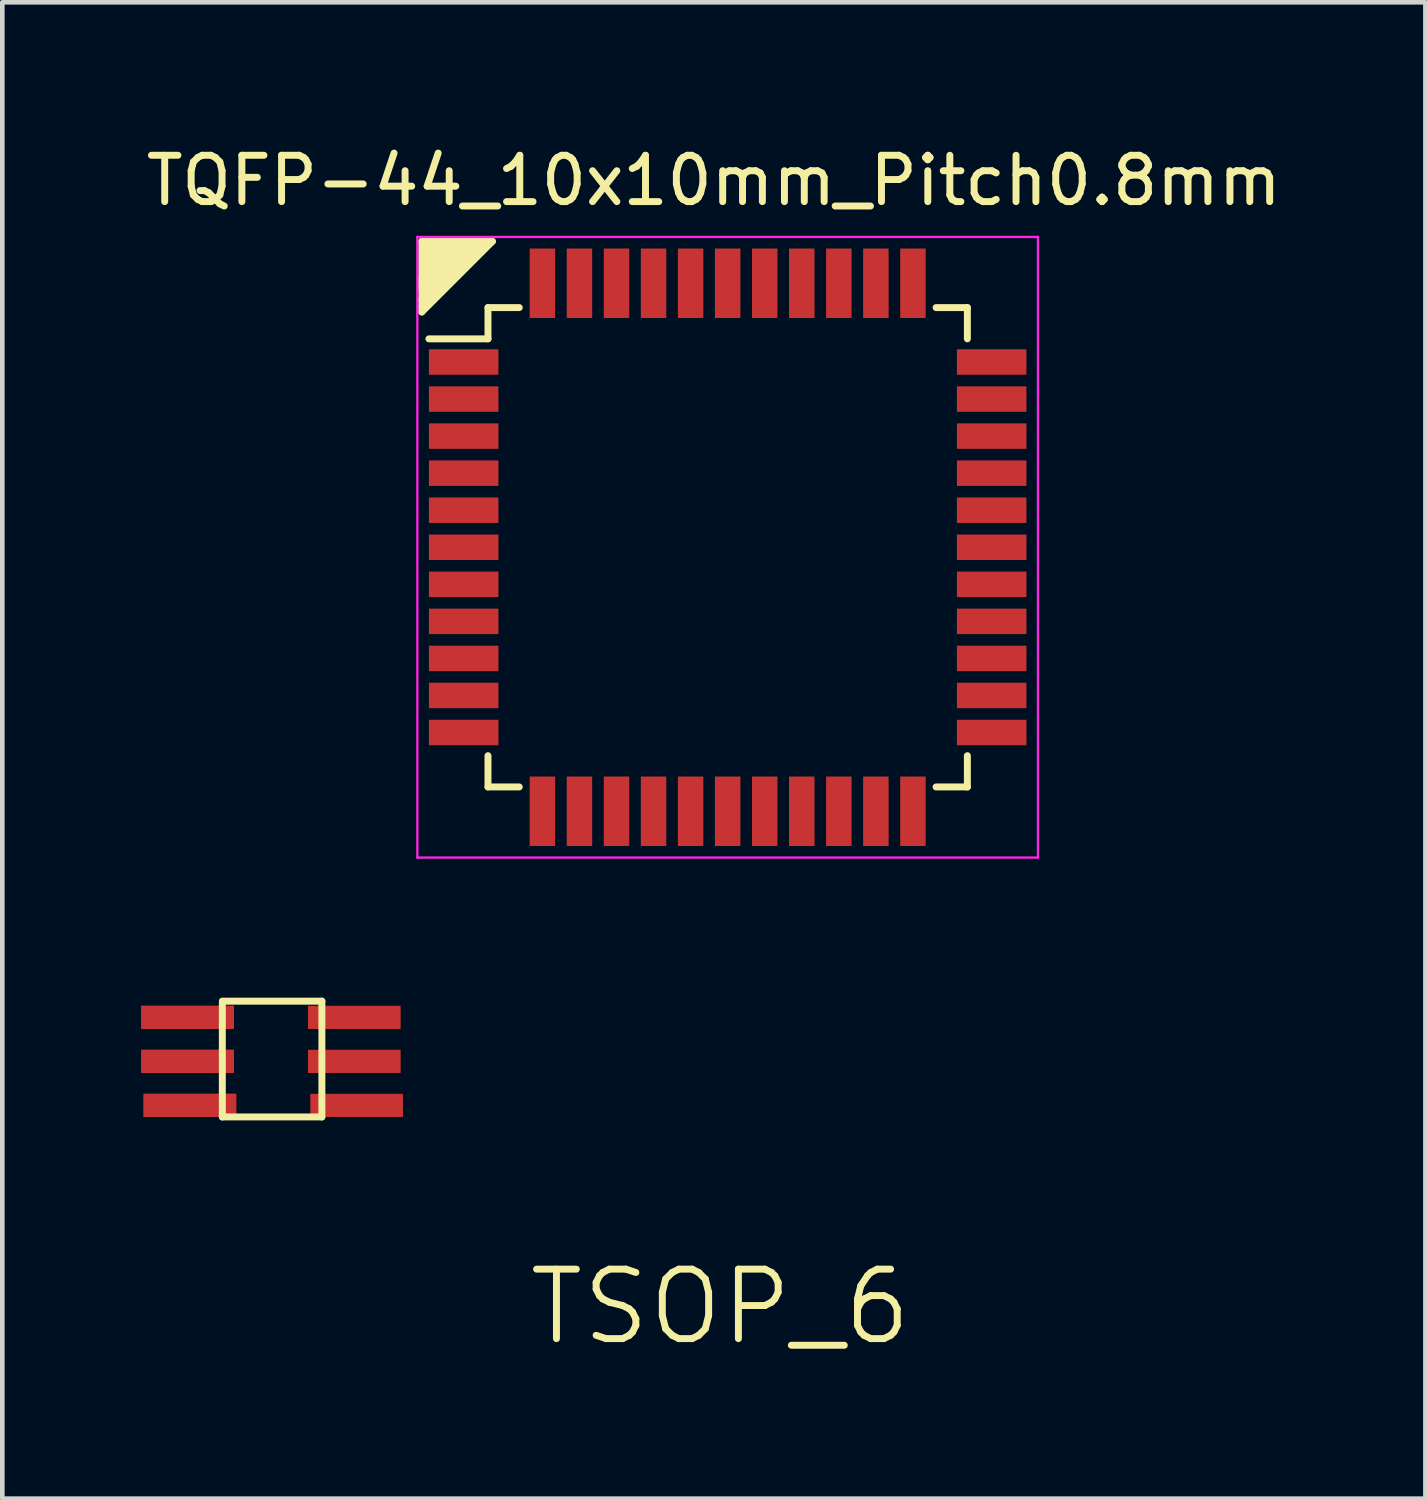
<source format=kicad_pcb>
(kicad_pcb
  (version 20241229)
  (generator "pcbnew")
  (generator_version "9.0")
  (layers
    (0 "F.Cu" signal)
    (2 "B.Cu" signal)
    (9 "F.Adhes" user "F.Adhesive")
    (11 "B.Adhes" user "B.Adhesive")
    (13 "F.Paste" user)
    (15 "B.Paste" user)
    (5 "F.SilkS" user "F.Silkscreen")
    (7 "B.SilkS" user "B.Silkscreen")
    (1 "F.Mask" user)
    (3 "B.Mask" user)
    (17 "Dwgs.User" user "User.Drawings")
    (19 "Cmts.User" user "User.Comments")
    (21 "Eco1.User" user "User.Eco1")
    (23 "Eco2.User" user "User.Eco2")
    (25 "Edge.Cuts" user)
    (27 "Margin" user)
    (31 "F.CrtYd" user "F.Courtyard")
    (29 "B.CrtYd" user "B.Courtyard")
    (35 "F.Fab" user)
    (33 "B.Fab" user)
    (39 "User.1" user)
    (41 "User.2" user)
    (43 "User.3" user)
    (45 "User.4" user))
  (footprint "TQFP-44_10x10mm_Pitch0.8mm"
    (layer "F.Cu")
    (at 12.661 8.766)
    (property "Reference" "TQFP-44_10x10mm_Pitch0.8mm" (at -0.298 -7.918 0) (layer "F.SilkS") (effects (font (size 1 1) (thickness 0.15))))
    (attr smd)
    (fp_line (start -6.604 -6.604) (end -5.08 -6.604) (stroke (width 0.15) (type solid)) (layer "F.SilkS"))
    (fp_line (start -6.604 -5.842) (end -6.604 -5.588) (stroke (width 0.15) (type solid)) (layer "F.SilkS"))
    (fp_line (start -6.604 -5.08) (end -6.604 -6.604) (stroke (width 0.15) (type solid)) (layer "F.SilkS"))
    (fp_line (start -6.477 -6.477) (end -6.477 -5.715) (stroke (width 0.203) (type solid)) (layer "F.SilkS"))
    (fp_line (start -6.477 -5.715) (end -5.969 -6.35) (stroke (width 0.203) (type solid)) (layer "F.SilkS"))
    (fp_line (start -6.477 -5.588) (end -5.588 -6.477) (stroke (width 0.203) (type solid)) (layer "F.SilkS"))
    (fp_line (start -6.477 -5.334) (end -5.207 -6.604) (stroke (width 0.15) (type solid)) (layer "F.SilkS"))
    (fp_line (start -6.35 -6.35) (end -6.35 -6.096) (stroke (width 0.203) (type solid)) (layer "F.SilkS"))
    (fp_line (start -6.35 -6.096) (end -6.223 -6.223) (stroke (width 0.203) (type solid)) (layer "F.SilkS"))
    (fp_line (start -5.969 -6.35) (end -6.35 -6.35) (stroke (width 0.203) (type solid)) (layer "F.SilkS"))
    (fp_line (start -5.715 -6.477) (end -6.477 -5.588) (stroke (width 0.203) (type solid)) (layer "F.SilkS"))
    (fp_line (start -5.588 -6.477) (end -6.477 -6.477) (stroke (width 0.203) (type solid)) (layer "F.SilkS"))
    (fp_line (start -5.334 -6.604) (end -6.604 -5.334) (stroke (width 0.152) (type solid)) (layer "F.SilkS"))
    (fp_line (start -5.334 -6.477) (end -6.477 -5.334) (stroke (width 0.15) (type solid)) (layer "F.SilkS"))
    (fp_line (start -5.207 -6.604) (end -6.604 -5.207) (stroke (width 0.15) (type solid)) (layer "F.SilkS"))
    (fp_line (start -5.175 -5.175) (end -5.175 -4.5) (stroke (width 0.15) (type solid)) (layer "F.SilkS"))
    (fp_line (start -5.175 -5.175) (end -4.5 -5.175) (stroke (width 0.15) (type solid)) (layer "F.SilkS"))
    (fp_line (start -5.175 -4.5) (end -6.45 -4.5) (stroke (width 0.15) (type solid)) (layer "F.SilkS"))
    (fp_line (start -5.175 5.175) (end -5.175 4.5) (stroke (width 0.15) (type solid)) (layer "F.SilkS"))
    (fp_line (start -5.175 5.175) (end -4.5 5.175) (stroke (width 0.15) (type solid)) (layer "F.SilkS"))
    (fp_line (start -5.08 -6.604) (end -6.604 -5.08) (stroke (width 0.15) (type solid)) (layer "F.SilkS"))
    (fp_line (start 5.175 -5.175) (end 4.5 -5.175) (stroke (width 0.15) (type solid)) (layer "F.SilkS"))
    (fp_line (start 5.175 -5.175) (end 5.175 -4.5) (stroke (width 0.15) (type solid)) (layer "F.SilkS"))
    (fp_line (start 5.175 5.175) (end 4.5 5.175) (stroke (width 0.15) (type solid)) (layer "F.SilkS"))
    (fp_line (start 5.175 5.175) (end 5.175 4.5) (stroke (width 0.15) (type solid)) (layer "F.SilkS"))
    (fp_line (start -6.7 -6.7) (end -6.7 6.7) (stroke (width 0.05) (type solid)) (layer "F.CrtYd"))
    (fp_line (start -6.7 -6.7) (end 6.7 -6.7) (stroke (width 0.05) (type solid)) (layer "F.CrtYd"))
    (fp_line (start -6.7 6.7) (end 6.7 6.7) (stroke (width 0.05) (type solid)) (layer "F.CrtYd"))
    (fp_line (start 6.7 -6.7) (end 6.7 6.7) (stroke (width 0.05) (type solid)) (layer "F.CrtYd"))
    (pad "1" smd rect (at -5.7 -4) (size 1.5 0.55) (layers "F.Cu" "F.Mask" "F.Paste"))
    (pad "2" smd rect (at -5.7 -3.2) (size 1.5 0.55) (layers "F.Cu" "F.Mask" "F.Paste"))
    (pad "3" smd rect (at -5.7 -2.4) (size 1.5 0.55) (layers "F.Cu" "F.Mask" "F.Paste"))
    (pad "4" smd rect (at -5.7 -1.6) (size 1.5 0.55) (layers "F.Cu" "F.Mask" "F.Paste"))
    (pad "5" smd rect (at -5.7 -0.8) (size 1.5 0.55) (layers "F.Cu" "F.Mask" "F.Paste"))
    (pad "6" smd rect (at -5.7 0) (size 1.5 0.55) (layers "F.Cu" "F.Mask" "F.Paste"))
    (pad "7" smd rect (at -5.7 0.8) (size 1.5 0.55) (layers "F.Cu" "F.Mask" "F.Paste"))
    (pad "8" smd rect (at -5.7 1.6) (size 1.5 0.55) (layers "F.Cu" "F.Mask" "F.Paste"))
    (pad "9" smd rect (at -5.7 2.4) (size 1.5 0.55) (layers "F.Cu" "F.Mask" "F.Paste"))
    (pad "10" smd rect (at -5.7 3.2) (size 1.5 0.55) (layers "F.Cu" "F.Mask" "F.Paste"))
    (pad "11" smd rect (at -5.7 4) (size 1.5 0.55) (layers "F.Cu" "F.Mask" "F.Paste"))
    (pad "12" smd rect (at -4 5.7 90) (size 1.5 0.55) (layers "F.Cu" "F.Mask" "F.Paste"))
    (pad "13" smd rect (at -3.2 5.7 90) (size 1.5 0.55) (layers "F.Cu" "F.Mask" "F.Paste"))
    (pad "14" smd rect (at -2.4 5.7 90) (size 1.5 0.55) (layers "F.Cu" "F.Mask" "F.Paste"))
    (pad "15" smd rect (at -1.6 5.7 90) (size 1.5 0.55) (layers "F.Cu" "F.Mask" "F.Paste"))
    (pad "16" smd rect (at -0.8 5.7 90) (size 1.5 0.55) (layers "F.Cu" "F.Mask" "F.Paste"))
    (pad "17" smd rect (at 0 5.7 90) (size 1.5 0.55) (layers "F.Cu" "F.Mask" "F.Paste"))
    (pad "18" smd rect (at 0.8 5.7 90) (size 1.5 0.55) (layers "F.Cu" "F.Mask" "F.Paste"))
    (pad "19" smd rect (at 1.6 5.7 90) (size 1.5 0.55) (layers "F.Cu" "F.Mask" "F.Paste"))
    (pad "20" smd rect (at 2.4 5.7 90) (size 1.5 0.55) (layers "F.Cu" "F.Mask" "F.Paste"))
    (pad "21" smd rect (at 3.2 5.7 90) (size 1.5 0.55) (layers "F.Cu" "F.Mask" "F.Paste"))
    (pad "22" smd rect (at 4 5.7 90) (size 1.5 0.55) (layers "F.Cu" "F.Mask" "F.Paste"))
    (pad "23" smd rect (at 5.7 4) (size 1.5 0.55) (layers "F.Cu" "F.Mask" "F.Paste"))
    (pad "24" smd rect (at 5.7 3.2) (size 1.5 0.55) (layers "F.Cu" "F.Mask" "F.Paste"))
    (pad "25" smd rect (at 5.7 2.4) (size 1.5 0.55) (layers "F.Cu" "F.Mask" "F.Paste"))
    (pad "26" smd rect (at 5.7 1.6) (size 1.5 0.55) (layers "F.Cu" "F.Mask" "F.Paste"))
    (pad "27" smd rect (at 5.7 0.8) (size 1.5 0.55) (layers "F.Cu" "F.Mask" "F.Paste"))
    (pad "28" smd rect (at 5.7 0) (size 1.5 0.55) (layers "F.Cu" "F.Mask" "F.Paste"))
    (pad "29" smd rect (at 5.7 -0.8) (size 1.5 0.55) (layers "F.Cu" "F.Mask" "F.Paste"))
    (pad "30" smd rect (at 5.7 -1.6) (size 1.5 0.55) (layers "F.Cu" "F.Mask" "F.Paste"))
    (pad "31" smd rect (at 5.7 -2.4) (size 1.5 0.55) (layers "F.Cu" "F.Mask" "F.Paste"))
    (pad "32" smd rect (at 5.7 -3.2) (size 1.5 0.55) (layers "F.Cu" "F.Mask" "F.Paste"))
    (pad "33" smd rect (at 5.7 -4) (size 1.5 0.55) (layers "F.Cu" "F.Mask" "F.Paste"))
    (pad "34" smd rect (at 4 -5.7 90) (size 1.5 0.55) (layers "F.Cu" "F.Mask" "F.Paste"))
    (pad "35" smd rect (at 3.2 -5.7 90) (size 1.5 0.55) (layers "F.Cu" "F.Mask" "F.Paste"))
    (pad "36" smd rect (at 2.4 -5.7 90) (size 1.5 0.55) (layers "F.Cu" "F.Mask" "F.Paste"))
    (pad "37" smd rect (at 1.6 -5.7 90) (size 1.5 0.55) (layers "F.Cu" "F.Mask" "F.Paste"))
    (pad "38" smd rect (at 0.8 -5.7 90) (size 1.5 0.55) (layers "F.Cu" "F.Mask" "F.Paste"))
    (pad "39" smd rect (at 0 -5.7 90) (size 1.5 0.55) (layers "F.Cu" "F.Mask" "F.Paste"))
    (pad "40" smd rect (at -0.8 -5.7 90) (size 1.5 0.55) (layers "F.Cu" "F.Mask" "F.Paste"))
    (pad "41" smd rect (at -1.6 -5.7 90) (size 1.5 0.55) (layers "F.Cu" "F.Mask" "F.Paste"))
    (pad "42" smd rect (at -2.4 -5.7 90) (size 1.5 0.55) (layers "F.Cu" "F.Mask" "F.Paste"))
    (pad "43" smd rect (at -3.2 -5.7 90) (size 1.5 0.55) (layers "F.Cu" "F.Mask" "F.Paste"))
    (pad "44" smd rect (at -4 -5.7 90) (size 1.5 0.55) (layers "F.Cu" "F.Mask" "F.Paste")))
  (footprint "TSOP_6"
    (layer "F.Cu")
    (at 1 18.916)
    (property "Reference" "TSOP_6" (at 11.5 6.25 0) (layer "F.SilkS") (effects (font (size 1.5 1.5) (thickness 0.15))))
    (attr through_hole)
    (fp_line (start 0.75 -0.3) (end 0.75 2.15) (stroke (width 0.15) (type solid)) (layer "F.SilkS"))
    (fp_line (start 0.75 2.15) (end 2.9 2.15) (stroke (width 0.15) (type solid)) (layer "F.SilkS"))
    (fp_line (start 2.9 -0.35) (end 0.75 -0.35) (stroke (width 0.15) (type solid)) (layer "F.SilkS"))
    (fp_line (start 2.9 2.15) (end 2.9 -0.35) (stroke (width 0.15) (type solid)) (layer "F.SilkS"))
    (pad "1" smd rect (at 0 0) (size 2 0.5) (layers "F.Cu" "F.Mask" "F.Paste"))
    (pad "1" smd rect (at 0 0) (size 2 0.5) (layers "F.Cu" "F.Mask" "F.Paste"))
    (pad "2" smd rect (at 0 0.95) (size 2 0.5) (layers "F.Cu" "F.Mask" "F.Paste"))
    (pad "2" smd rect (at 0 0.95) (size 2 0.5) (layers "F.Cu" "F.Mask" "F.Paste"))
    (pad "3" smd rect (at 0.05 1.9) (size 2 0.5) (layers "F.Cu" "F.Mask" "F.Paste"))
    (pad "3" smd rect (at 0.05 1.9) (size 2 0.5) (layers "F.Cu" "F.Mask" "F.Paste"))
    (pad "4" smd rect (at 3.65 1.9) (size 2 0.5) (layers "F.Cu" "F.Mask" "F.Paste"))
    (pad "5" smd rect (at 3.6 0.95) (size 2 0.5) (layers "F.Cu" "F.Mask" "F.Paste"))
    (pad "6" smd rect (at 3.6 0) (size 2 0.5) (layers "F.Cu" "F.Mask" "F.Paste")))
  (gr_rect
    (start -3 -3)
    (end 27.726 29.307)
    (stroke (width 0.1) (type default))
    (fill no)
    (layer "Edge.Cuts")))
</source>
